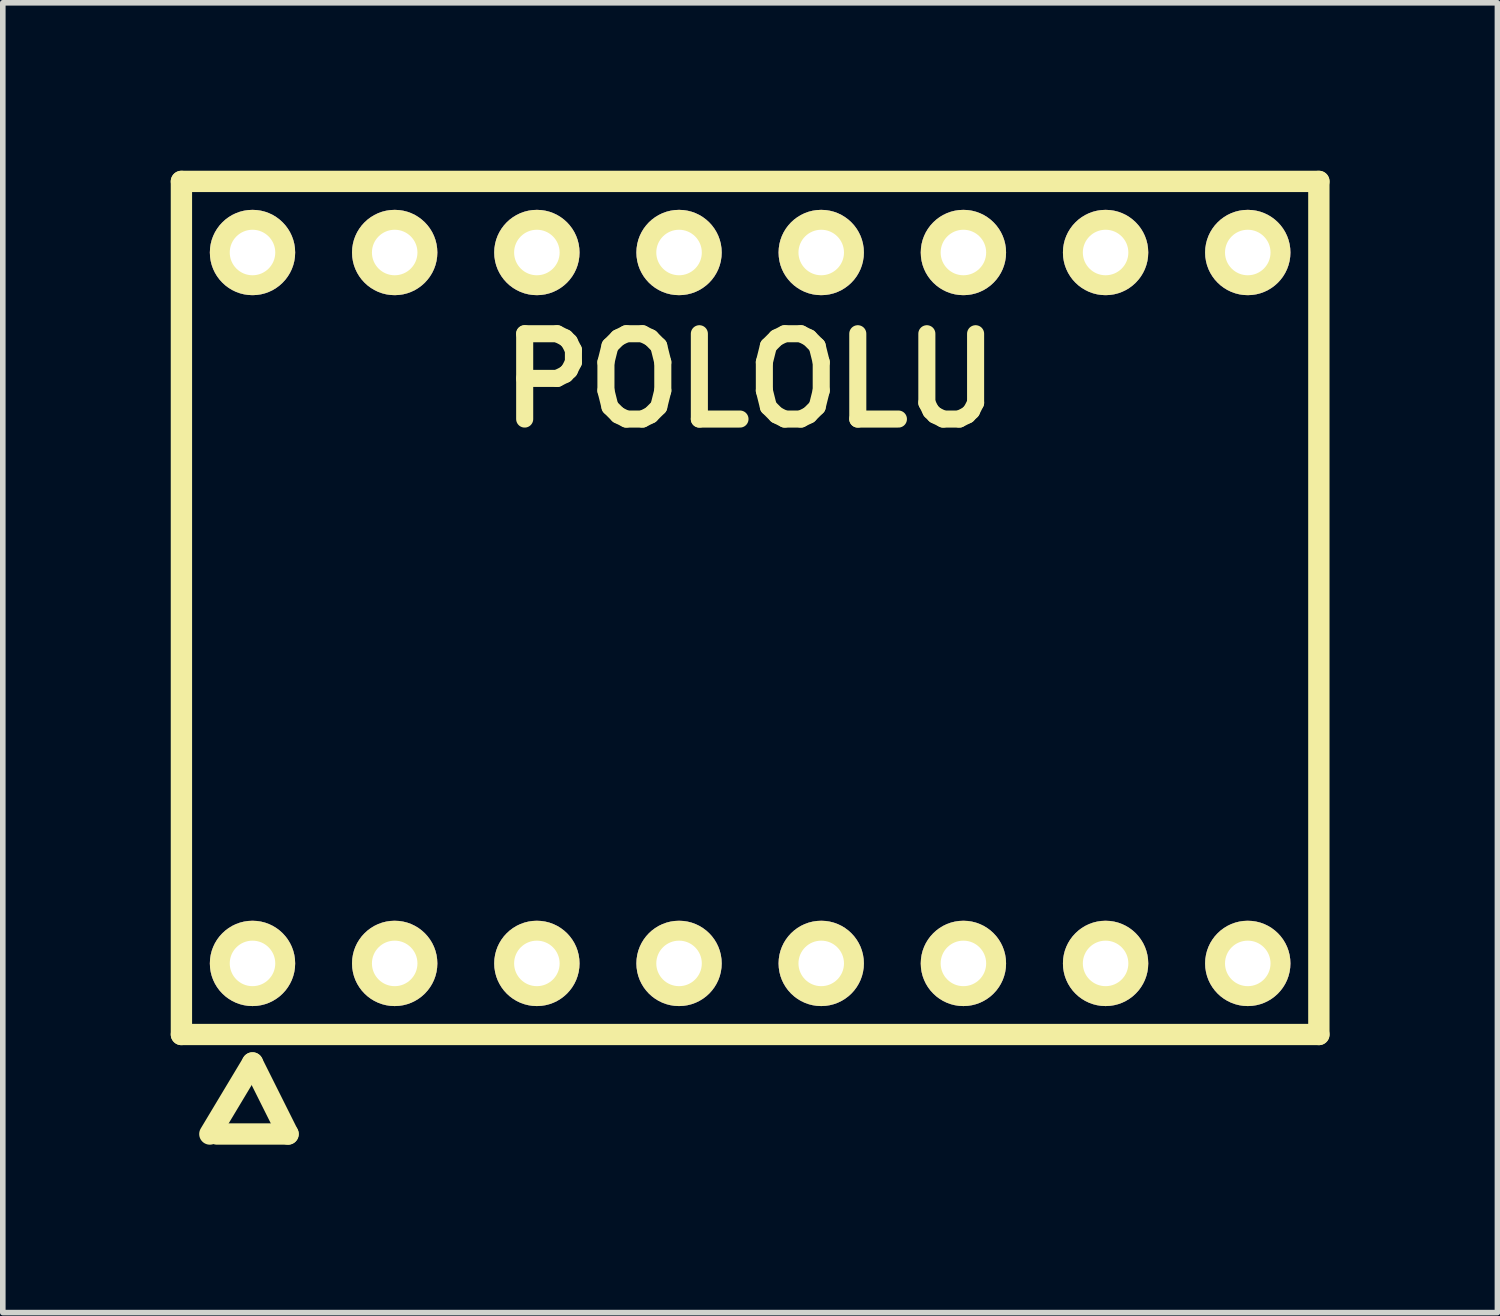
<source format=kicad_pcb>
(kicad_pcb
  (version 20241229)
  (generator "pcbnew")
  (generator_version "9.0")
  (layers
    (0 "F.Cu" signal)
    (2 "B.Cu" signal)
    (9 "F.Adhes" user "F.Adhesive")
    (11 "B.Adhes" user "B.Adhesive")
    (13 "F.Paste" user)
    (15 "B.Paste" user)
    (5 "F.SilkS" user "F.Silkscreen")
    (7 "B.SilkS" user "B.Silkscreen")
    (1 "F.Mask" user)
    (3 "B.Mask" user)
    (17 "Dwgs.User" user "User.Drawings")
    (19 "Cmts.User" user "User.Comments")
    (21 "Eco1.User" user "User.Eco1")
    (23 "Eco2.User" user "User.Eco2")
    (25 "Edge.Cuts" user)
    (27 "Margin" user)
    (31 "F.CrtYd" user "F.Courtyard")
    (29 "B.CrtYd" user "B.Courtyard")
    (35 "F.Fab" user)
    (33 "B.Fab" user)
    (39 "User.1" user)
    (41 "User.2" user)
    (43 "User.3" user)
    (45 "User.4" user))
  (footprint "POLOLU"
    (layer "F.Cu")
    (at 10.351 14.161)
    (property "Reference" "POLOLU" (at 0 -10.414 0) (layer "F.SilkS") (effects (font (size 1.524 1.524) (thickness 0.305))))
    (attr through_hole)
    (fp_line (start -10.16 -13.97) (end 10.16 -13.97) (stroke (width 0.381) (type solid)) (layer "F.SilkS"))
    (fp_line (start -10.16 1.27) (end -10.16 -13.97) (stroke (width 0.381) (type solid)) (layer "F.SilkS"))
    (fp_line (start -9.652 3.048) (end -8.89 1.778) (stroke (width 0.381) (type solid)) (layer "F.SilkS"))
    (fp_line (start -8.89 1.778) (end -8.255 3.048) (stroke (width 0.381) (type solid)) (layer "F.SilkS"))
    (fp_line (start -8.255 3.048) (end -9.525 3.048) (stroke (width 0.381) (type solid)) (layer "F.SilkS"))
    (fp_line (start 10.16 -13.97) (end 10.16 1.27) (stroke (width 0.381) (type solid)) (layer "F.SilkS"))
    (fp_line (start 10.16 1.27) (end -10.16 1.27) (stroke (width 0.381) (type solid)) (layer "F.SilkS"))
    (pad "1" thru_hole circle (at -8.89 0) (size 1.524 1.524) (drill 0.813) (layers "*.Cu" "*.Mask" "F.SilkS"))
    (pad "2" thru_hole circle (at -6.35 0) (size 1.524 1.524) (drill 0.813) (layers "*.Cu" "*.Mask" "F.SilkS"))
    (pad "3" thru_hole circle (at -3.81 0) (size 1.524 1.524) (drill 0.813) (layers "*.Cu" "*.Mask" "F.SilkS"))
    (pad "4" thru_hole circle (at -1.27 0) (size 1.524 1.524) (drill 0.813) (layers "*.Cu" "*.Mask" "F.SilkS"))
    (pad "5" thru_hole circle (at 1.27 0) (size 1.524 1.524) (drill 0.813) (layers "*.Cu" "*.Mask" "F.SilkS"))
    (pad "6" thru_hole circle (at 3.81 0) (size 1.524 1.524) (drill 0.813) (layers "*.Cu" "*.Mask" "F.SilkS"))
    (pad "7" thru_hole circle (at 6.35 0) (size 1.524 1.524) (drill 0.813) (layers "*.Cu" "*.Mask" "F.SilkS"))
    (pad "8" thru_hole circle (at 8.89 0) (size 1.524 1.524) (drill 0.813) (layers "*.Cu" "*.Mask" "F.SilkS"))
    (pad "9" thru_hole circle (at 8.89 -12.7) (size 1.524 1.524) (drill 0.813) (layers "*.Cu" "*.Mask" "F.SilkS"))
    (pad "10" thru_hole circle (at 6.35 -12.7) (size 1.524 1.524) (drill 0.813) (layers "*.Cu" "*.Mask" "F.SilkS"))
    (pad "11" thru_hole circle (at 3.81 -12.7) (size 1.524 1.524) (drill 0.813) (layers "*.Cu" "*.Mask" "F.SilkS"))
    (pad "12" thru_hole circle (at 1.27 -12.7) (size 1.524 1.524) (drill 0.813) (layers "*.Cu" "*.Mask" "F.SilkS"))
    (pad "13" thru_hole circle (at -1.27 -12.7) (size 1.524 1.524) (drill 0.813) (layers "*.Cu" "*.Mask" "F.SilkS"))
    (pad "14" thru_hole circle (at -3.81 -12.7) (size 1.524 1.524) (drill 0.813) (layers "*.Cu" "*.Mask" "F.SilkS"))
    (pad "15" thru_hole circle (at -6.35 -12.7) (size 1.524 1.524) (drill 0.813) (layers "*.Cu" "*.Mask" "F.SilkS"))
    (pad "16" thru_hole circle (at -8.89 -12.7) (size 1.524 1.524) (drill 0.813) (layers "*.Cu" "*.Mask" "F.SilkS")))
  (gr_rect
    (start -3 -3)
    (end 23.701 20.399)
    (stroke (width 0.1) (type default))
    (fill no)
    (layer "Edge.Cuts")))
</source>
